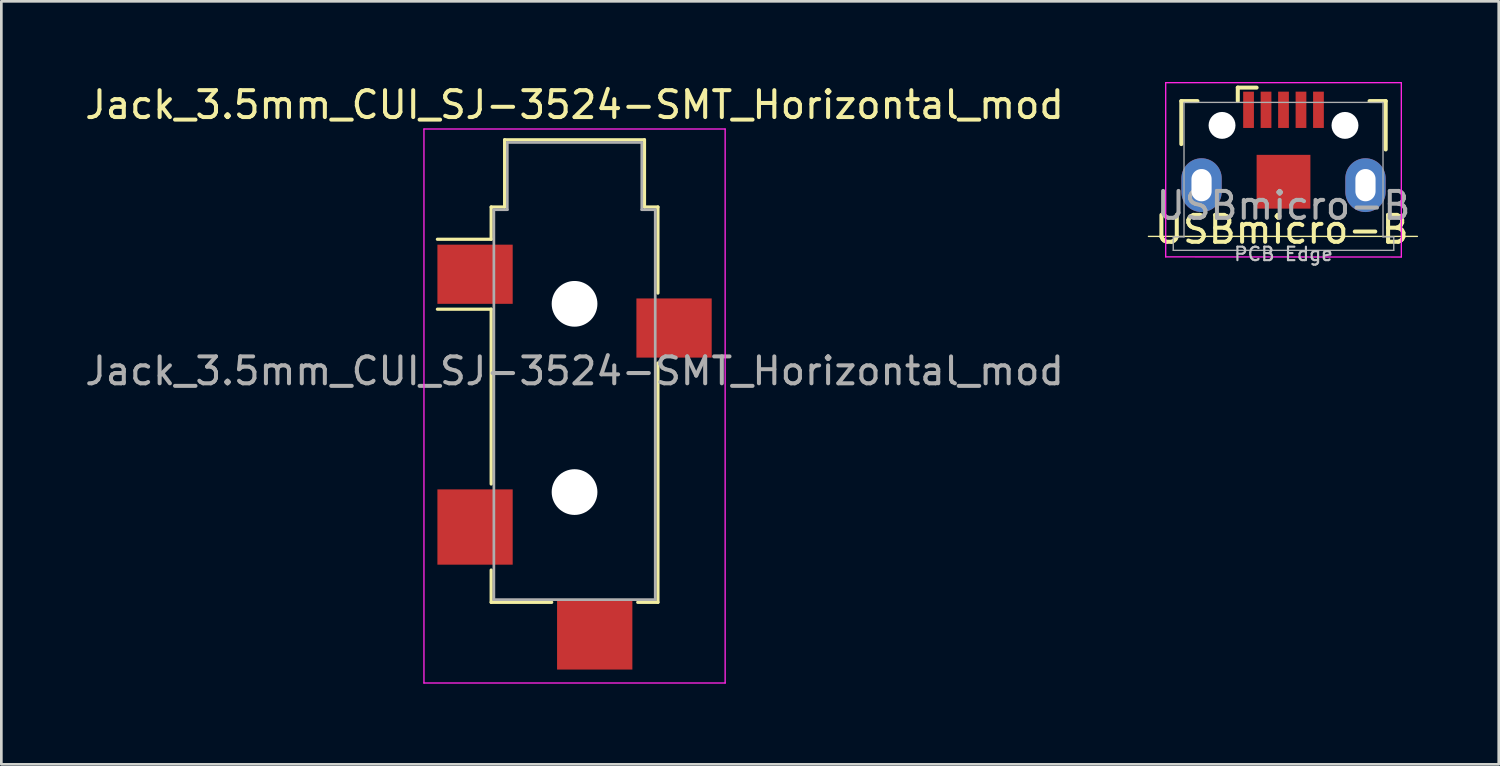
<source format=kicad_pcb>
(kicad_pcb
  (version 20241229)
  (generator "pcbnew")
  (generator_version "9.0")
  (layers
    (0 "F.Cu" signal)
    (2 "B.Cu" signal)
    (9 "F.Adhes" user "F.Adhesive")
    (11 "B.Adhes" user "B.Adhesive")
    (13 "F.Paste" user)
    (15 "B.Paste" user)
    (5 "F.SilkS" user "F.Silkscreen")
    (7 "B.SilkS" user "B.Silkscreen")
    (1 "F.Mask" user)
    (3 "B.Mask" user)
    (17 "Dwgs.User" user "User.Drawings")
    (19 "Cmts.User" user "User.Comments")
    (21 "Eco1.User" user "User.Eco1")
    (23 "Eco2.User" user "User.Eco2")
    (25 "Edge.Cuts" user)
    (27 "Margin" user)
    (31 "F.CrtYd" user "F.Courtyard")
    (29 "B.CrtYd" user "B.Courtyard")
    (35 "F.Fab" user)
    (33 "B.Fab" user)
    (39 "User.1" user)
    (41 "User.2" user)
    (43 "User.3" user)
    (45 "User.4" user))
  (footprint "USBmicro-B"
    (layer "F.Cu")
    (at 44.678 3.708)
    (property "Reference" "USBmicro-B" (at -0.064 1.778 0) (layer "F.SilkS") (effects (font (size 1 1) (thickness 0.15))))
    (attr through_hole)
    (fp_line (start -3.8 -3) (end -3.2 -3) (stroke (width 0.15) (type solid)) (layer "F.SilkS"))
    (fp_line (start -3.8 -1.4) (end -3.8 -3) (stroke (width 0.15) (type solid)) (layer "F.SilkS"))
    (fp_line (start -1.7 -3.5) (end -1.7 -3) (stroke (width 0.15) (type solid)) (layer "F.SilkS"))
    (fp_line (start -1 -3.5) (end -1.7 -3.5) (stroke (width 0.15) (type solid)) (layer "F.SilkS"))
    (fp_line (start 3.8 -3) (end 3.2 -3) (stroke (width 0.15) (type solid)) (layer "F.SilkS"))
    (fp_line (start 3.8 -1.2) (end 3.8 -3) (stroke (width 0.15) (type solid)) (layer "F.SilkS"))
    (fp_line (start 4.978 2.032) (end -5.022 2.032) (stroke (width 0.05) (type solid)) (layer "F.SilkS"))
    (fp_line (start -4.381 -3.683) (end -4.381 2.794) (stroke (width 0.05) (type solid)) (layer "F.CrtYd"))
    (fp_line (start -4.381 2.794) (end 4.381 2.8) (stroke (width 0.05) (type solid)) (layer "F.CrtYd"))
    (fp_line (start 4.381 -3.683) (end -4.381 -3.683) (stroke (width 0.05) (type solid)) (layer "F.CrtYd"))
    (fp_line (start 4.381 2.794) (end 4.381 -3.683) (stroke (width 0.05) (type solid)) (layer "F.CrtYd"))
    (fp_line (start -4.1 2.05) (end -3.7 2.05) (stroke (width 0.05) (type solid)) (layer "F.Fab"))
    (fp_line (start -4.1 2.55) (end -4.1 2.05) (stroke (width 0.05) (type solid)) (layer "F.Fab"))
    (fp_line (start -4.1 2.55) (end 4.1 2.55) (stroke (width 0.05) (type solid)) (layer "F.Fab"))
    (fp_line (start -3.7 -2.95) (end -3.7 2.05) (stroke (width 0.05) (type solid)) (layer "F.Fab"))
    (fp_line (start 3.7 -2.95) (end -3.7 -2.95) (stroke (width 0.05) (type solid)) (layer "F.Fab"))
    (fp_line (start 3.7 2.05) (end 3.7 -2.95) (stroke (width 0.05) (type solid)) (layer "F.Fab"))
    (fp_line (start 4.1 2.05) (end 3.7 2.05) (stroke (width 0.05) (type solid)) (layer "F.Fab"))
    (fp_line (start 4.1 2.55) (end 4.1 2.05) (stroke (width 0.05) (type solid)) (layer "F.Fab"))
    (fp_text user "PCB Edge" (at 0 2.688 0) (layer "Dwgs.User") (effects (font (size 0.5 0.5) (thickness 0.08))))
    (fp_text user "${REFERENCE}" (at 0 0.887 0) (layer "F.Fab") (effects (font (size 1 1) (thickness 0.15))))
    (pad "" thru_hole oval (at -3.048 0.127) (size 1.5 2) (drill oval 0.75 1.2) (layers "*.Cu" "*.Mask" "F.Paste"))
    (pad "" np_thru_hole oval (at -2.286 -2.095) (size 1 1) (drill oval 1) (layers "*.Cu" "*.Mask"))
    (pad "" np_thru_hole oval (at 2.286 -2.095) (size 1 1) (drill oval 1) (layers "*.Cu" "*.Mask"))
    (pad "" thru_hole oval (at 3.048 0.127) (size 1.5 2) (drill oval 0.75 1.2) (layers "*.Cu" "*.Mask" "F.Paste"))
    (pad "1" smd rect (at 1.3 -2.675) (size 0.4 1.35) (layers "F.Cu" "F.Mask" "F.Paste"))
    (pad "2" smd rect (at 0.65 -2.675) (size 0.4 1.35) (layers "F.Cu" "F.Mask" "F.Paste"))
    (pad "3" smd rect (at 0 -2.675) (size 0.4 1.35) (layers "F.Cu" "F.Mask" "F.Paste"))
    (pad "4" smd rect (at -0.65 -2.675) (size 0.4 1.35) (layers "F.Cu" "F.Mask" "F.Paste"))
    (pad "5" smd rect (at -1.3 -2.675) (size 0.4 1.35) (layers "F.Cu" "F.Mask" "F.Paste"))
    (pad "6" smd rect (at 0 0) (size 2 2) (layers "F.Cu" "F.Mask" "F.Paste")))
  (footprint "Jack_3.5mm_CUI_SJ-3524-SMT_Horizontal_mod"
    (layer "F.Cu")
    (at 18.315 10.748)
    (property "Reference" "Jack_3.5mm_CUI_SJ-3524-SMT_Horizontal_mod" (at 0 -9.9 0) (layer "F.SilkS") (effects (font (size 1 1) (thickness 0.15))))
    (attr smd)
    (fp_line (start -3.1 -6.1) (end -2.6 -6.1) (stroke (width 0.12) (type solid)) (layer "F.SilkS"))
    (fp_line (start -3.1 -4.9) (end -5.1 -4.9) (stroke (width 0.12) (type solid)) (layer "F.SilkS"))
    (fp_line (start -3.1 -4.9) (end -3.1 -6.1) (stroke (width 0.12) (type solid)) (layer "F.SilkS"))
    (fp_line (start -3.1 -2.3) (end -5.1 -2.3) (stroke (width 0.12) (type solid)) (layer "F.SilkS"))
    (fp_line (start -3.1 4.2) (end -3.1 -2.3) (stroke (width 0.12) (type solid)) (layer "F.SilkS"))
    (fp_line (start -3.1 8.6) (end -3.1 7.4) (stroke (width 0.12) (type solid)) (layer "F.SilkS"))
    (fp_line (start -2.6 -8.6) (end 2.6 -8.6) (stroke (width 0.12) (type solid)) (layer "F.SilkS"))
    (fp_line (start -2.6 -6.1) (end -2.6 -8.6) (stroke (width 0.12) (type solid)) (layer "F.SilkS"))
    (fp_line (start -0.85 8.6) (end -3.1 8.6) (stroke (width 0.12) (type solid)) (layer "F.SilkS"))
    (fp_line (start 2.6 -8.6) (end 2.6 -6.1) (stroke (width 0.12) (type solid)) (layer "F.SilkS"))
    (fp_line (start 2.6 -6.1) (end 3.1 -6.1) (stroke (width 0.12) (type solid)) (layer "F.SilkS"))
    (fp_line (start 3.1 -6.1) (end 3.1 -2.9) (stroke (width 0.12) (type solid)) (layer "F.SilkS"))
    (fp_line (start 3.1 -0.3) (end 3.1 8.6) (stroke (width 0.12) (type solid)) (layer "F.SilkS"))
    (fp_line (start 3.1 8.6) (end 2.35 8.6) (stroke (width 0.12) (type solid)) (layer "F.SilkS"))
    (fp_line (start -5.6 -9) (end 5.6 -9) (stroke (width 0.05) (type solid)) (layer "F.CrtYd"))
    (fp_line (start -5.6 11.6) (end -5.6 -9) (stroke (width 0.05) (type solid)) (layer "F.CrtYd"))
    (fp_line (start 5.6 -9) (end 5.6 11.6) (stroke (width 0.05) (type solid)) (layer "F.CrtYd"))
    (fp_line (start 5.6 11.6) (end -5.6 11.6) (stroke (width 0.05) (type solid)) (layer "F.CrtYd"))
    (fp_line (start -3 -6) (end -2.5 -6) (stroke (width 0.1) (type solid)) (layer "F.Fab"))
    (fp_line (start -3 8.5) (end -3 -6) (stroke (width 0.1) (type solid)) (layer "F.Fab"))
    (fp_line (start -2.5 -8.5) (end 2.5 -8.5) (stroke (width 0.1) (type solid)) (layer "F.Fab"))
    (fp_line (start -2.5 -6) (end -2.5 -8.5) (stroke (width 0.1) (type solid)) (layer "F.Fab"))
    (fp_line (start 2.5 -8.5) (end 2.5 -6) (stroke (width 0.1) (type solid)) (layer "F.Fab"))
    (fp_line (start 2.5 -6) (end 3 -6) (stroke (width 0.1) (type solid)) (layer "F.Fab"))
    (fp_line (start 3 -6) (end 3 8.5) (stroke (width 0.1) (type solid)) (layer "F.Fab"))
    (fp_line (start 3 8.5) (end -3 8.5) (stroke (width 0.1) (type solid)) (layer "F.Fab"))
    (fp_text user "${REFERENCE}" (at 0 0 0) (layer "F.Fab") (effects (font (size 1 1) (thickness 0.15))))
    (pad "" np_thru_hole circle (at 0 -2.5) (size 1.7 1.7) (drill 1.7) (layers "*.Cu" "*.Mask"))
    (pad "" np_thru_hole circle (at 0 4.5) (size 1.7 1.7) (drill 1.7) (layers "*.Cu" "*.Mask"))
    (pad "G" smd rect (at 0.75 9.8) (size 2.8 2.6) (layers "F.Cu" "F.Mask" "F.Paste"))
    (pad "R" smd rect (at 3.7 -1.6) (size 2.8 2.2) (layers "F.Cu" "F.Mask" "F.Paste"))
    (pad "S" smd rect (at -3.7 -3.6) (size 2.8 2.2) (layers "F.Cu" "F.Mask" "F.Paste"))
    (pad "T" smd rect (at -3.7 5.8) (size 2.8 2.8) (layers "F.Cu" "F.Mask" "F.Paste")))
  (gr_rect
    (start -3 -3)
    (end 52.681 25.373)
    (stroke (width 0.1) (type default))
    (fill no)
    (layer "Edge.Cuts")))
</source>
